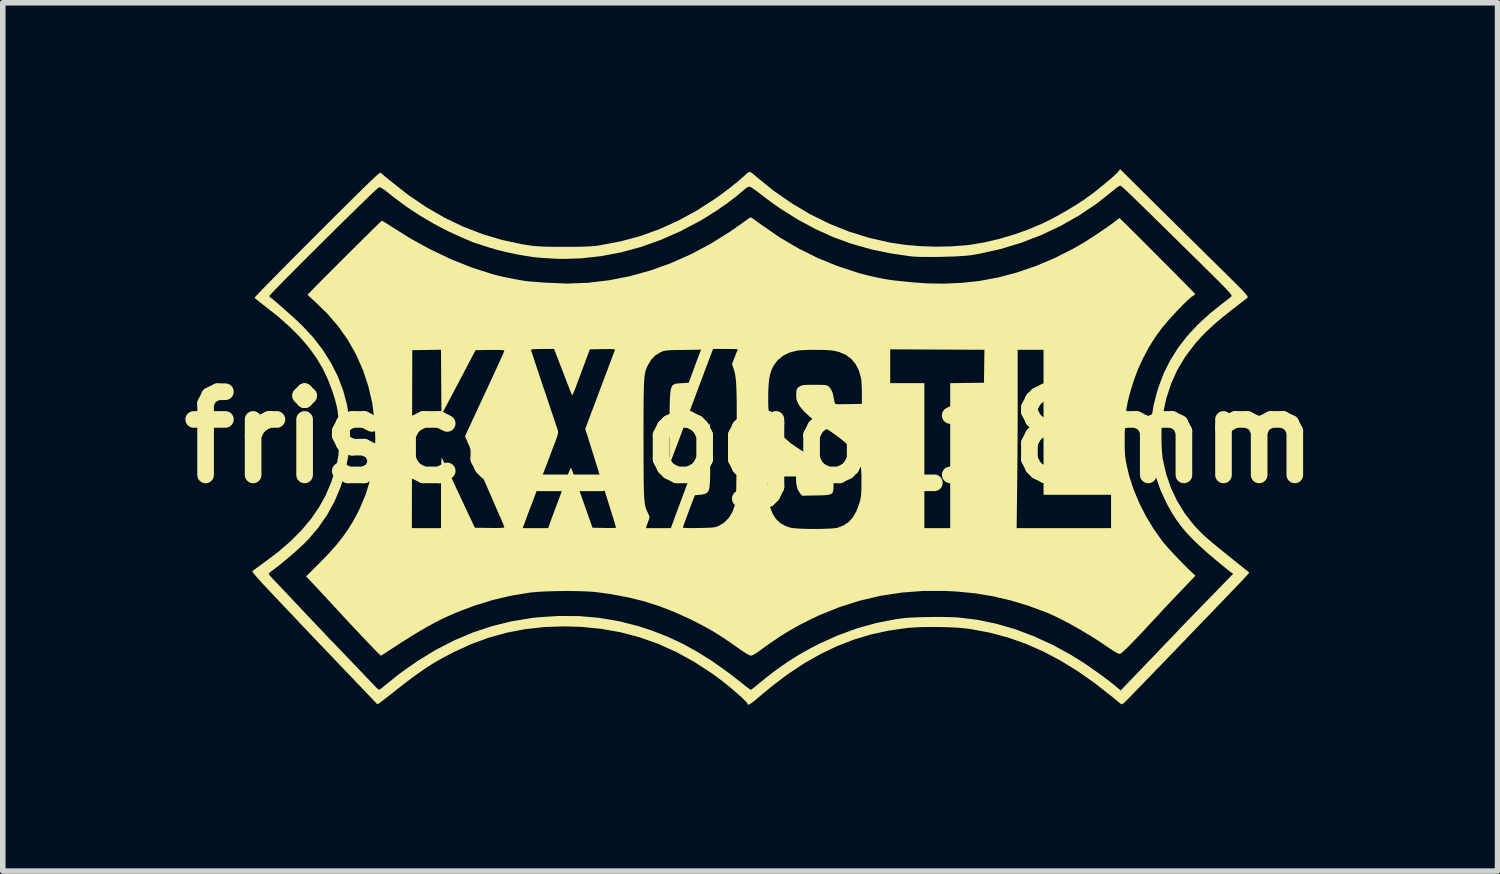
<source format=kicad_pcb>
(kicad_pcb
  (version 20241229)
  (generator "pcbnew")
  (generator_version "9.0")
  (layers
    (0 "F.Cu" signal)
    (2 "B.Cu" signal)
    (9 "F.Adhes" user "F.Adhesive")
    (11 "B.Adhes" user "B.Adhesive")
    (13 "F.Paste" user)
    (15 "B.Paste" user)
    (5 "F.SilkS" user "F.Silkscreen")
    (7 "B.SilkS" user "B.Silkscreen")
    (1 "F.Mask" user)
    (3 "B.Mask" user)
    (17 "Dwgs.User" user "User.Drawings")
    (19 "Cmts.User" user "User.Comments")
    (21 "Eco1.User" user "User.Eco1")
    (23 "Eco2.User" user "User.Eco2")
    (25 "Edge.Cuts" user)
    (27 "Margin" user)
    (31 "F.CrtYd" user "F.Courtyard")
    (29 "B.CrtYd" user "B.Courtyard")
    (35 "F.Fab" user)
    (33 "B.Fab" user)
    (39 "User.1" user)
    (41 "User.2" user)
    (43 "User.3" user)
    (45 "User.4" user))
  (footprint "frisco_logo_18mm"
    (layer "F.Cu")
    (at 10.479 4.836)
    (property "Reference" "frisco_logo_18mm" (at 0 0 0) (layer "F.SilkS") (effects (font (size 1.5 1.5) (thickness 0.3))))
    (attr board_only exclude_from_pos_files exclude_from_bom)
    (fp_poly (pts (xy 7.12 -4.39) (xy 7.214 -4.297) (xy 7.326 -4.186) (xy 7.453 -4.061) (xy 7.59 -3.925) (xy 7.734 -3.783) (xy 7.881 -3.637) (xy 8.029 -3.492) (xy 8.173 -3.35) (xy 8.282 -3.242) (xy 8.423 -3.103) (xy 8.544 -2.984) (xy 8.646 -2.883) (xy 8.731 -2.798) (xy 8.801 -2.728) (xy 8.857 -2.671) (xy 8.899 -2.626) (xy 8.931 -2.592) (xy 8.952 -2.566) (xy 8.965 -2.547) (xy 8.972 -2.534) (xy 8.972 -2.525) (xy 8.969 -2.519) (xy 8.963 -2.513) (xy 8.937 -2.493) (xy 8.895 -2.46) (xy 8.843 -2.42) (xy 8.814 -2.397) (xy 8.66 -2.278) (xy 8.528 -2.172) (xy 8.414 -2.077) (xy 8.315 -1.989) (xy 8.226 -1.905) (xy 8.144 -1.822) (xy 8.066 -1.736) (xy 8.008 -1.668) (xy 7.843 -1.449) (xy 7.704 -1.216) (xy 7.592 -0.968) (xy 7.505 -0.705) (xy 7.445 -0.427) (xy 7.432 -0.339) (xy 7.423 -0.255) (xy 7.418 -0.151) (xy 7.417 -0.034) (xy 7.418 0.085) (xy 7.422 0.2) (xy 7.429 0.302) (xy 7.438 0.382) (xy 7.439 0.386) (xy 7.499 0.655) (xy 7.586 0.909) (xy 7.699 1.148) (xy 7.837 1.372) (xy 7.967 1.541) (xy 8.012 1.594) (xy 8.056 1.643) (xy 8.101 1.69) (xy 8.149 1.738) (xy 8.205 1.789) (xy 8.269 1.846) (xy 8.346 1.911) (xy 8.438 1.987) (xy 8.548 2.076) (xy 8.678 2.181) (xy 8.69 2.19) (xy 9.001 2.44) (xy 8.962 2.486) (xy 8.942 2.508) (xy 8.904 2.549) (xy 8.851 2.605) (xy 8.786 2.674) (xy 8.711 2.752) (xy 8.63 2.837) (xy 8.59 2.878) (xy 8.496 2.976) (xy 8.386 3.09) (xy 8.267 3.214) (xy 8.144 3.341) (xy 8.023 3.467) (xy 7.909 3.585) (xy 7.86 3.637) (xy 7.761 3.74) (xy 7.66 3.845) (xy 7.561 3.947) (xy 7.468 4.044) (xy 7.385 4.13) (xy 7.315 4.202) (xy 7.273 4.246) (xy 7.192 4.329) (xy 7.101 4.423) (xy 7.008 4.519) (xy 6.923 4.607) (xy 6.896 4.635) (xy 6.829 4.704) (xy 6.78 4.754) (xy 6.745 4.787) (xy 6.72 4.806) (xy 6.703 4.814) (xy 6.691 4.813) (xy 6.68 4.805) (xy 6.656 4.785) (xy 6.615 4.752) (xy 6.565 4.711) (xy 6.538 4.688) (xy 6.221 4.439) (xy 5.907 4.218) (xy 5.594 4.026) (xy 5.282 3.861) (xy 4.968 3.723) (xy 4.65 3.611) (xy 4.328 3.525) (xy 3.999 3.463) (xy 3.885 3.447) (xy 3.772 3.436) (xy 3.637 3.428) (xy 3.487 3.423) (xy 3.331 3.421) (xy 3.176 3.421) (xy 3.03 3.425) (xy 2.9 3.433) (xy 2.826 3.439) (xy 2.496 3.487) (xy 2.178 3.556) (xy 1.869 3.649) (xy 1.567 3.766) (xy 1.27 3.908) (xy 0.976 4.075) (xy 0.682 4.27) (xy 0.387 4.493) (xy 0.177 4.668) (xy 0.098 4.735) (xy 0.038 4.782) (xy -0.004 4.811) (xy -0.03 4.823) (xy -0.043 4.82) (xy -0.045 4.811) (xy -0.057 4.789) (xy -0.089 4.753) (xy -0.139 4.704) (xy -0.204 4.645) (xy -0.28 4.579) (xy -0.364 4.508) (xy -0.453 4.436) (xy -0.543 4.366) (xy -0.633 4.299) (xy -0.693 4.256) (xy -1.009 4.05) (xy -1.331 3.873) (xy -1.658 3.726) (xy -1.994 3.607) (xy -2.338 3.516) (xy -2.692 3.454) (xy -3.057 3.418) (xy -3.351 3.41) (xy -3.711 3.422) (xy -4.056 3.46) (xy -4.389 3.524) (xy -4.715 3.614) (xy -5.036 3.732) (xy -5.337 3.87) (xy -5.483 3.945) (xy -5.618 4.019) (xy -5.747 4.096) (xy -5.875 4.18) (xy -6.008 4.272) (xy -6.151 4.377) (xy -6.308 4.498) (xy -6.389 4.562) (xy -6.466 4.623) (xy -6.537 4.679) (xy -6.599 4.727) (xy -6.647 4.763) (xy -6.676 4.785) (xy -6.68 4.788) (xy -6.723 4.816) (xy -6.88 4.651) (xy -6.935 4.594) (xy -7.005 4.52) (xy -7.087 4.435) (xy -7.174 4.343) (xy -7.263 4.251) (xy -7.325 4.186) (xy -7.425 4.081) (xy -7.543 3.958) (xy -7.675 3.819) (xy -7.819 3.668) (xy -7.972 3.508) (xy -8.13 3.341) (xy -8.291 3.171) (xy -8.451 3.002) (xy -8.608 2.836) (xy -8.721 2.716) (xy -8.793 2.639) (xy -8.856 2.569) (xy -8.91 2.509) (xy -8.946 2.466) (xy -8.684 2.466) (xy -8.672 2.482) (xy -8.645 2.513) (xy -8.608 2.553) (xy -8.604 2.558) (xy -8.576 2.587) (xy -8.531 2.634) (xy -8.471 2.698) (xy -8.398 2.775) (xy -8.316 2.862) (xy -8.227 2.956) (xy -8.134 3.055) (xy -8.116 3.074) (xy -8.017 3.179) (xy -7.915 3.286) (xy -7.816 3.391) (xy -7.722 3.489) (xy -7.638 3.578) (xy -7.568 3.652) (xy -7.516 3.706) (xy -7.449 3.775) (xy -7.368 3.86) (xy -7.278 3.954) (xy -7.185 4.051) (xy -7.095 4.145) (xy -7.056 4.185) (xy -6.981 4.264) (xy -6.911 4.338) (xy -6.849 4.403) (xy -6.798 4.456) (xy -6.762 4.494) (xy -6.745 4.511) (xy -6.713 4.542) (xy -6.69 4.551) (xy -6.665 4.538) (xy -6.642 4.52) (xy -6.321 4.261) (xy -5.997 4.033) (xy -5.669 3.833) (xy -5.337 3.662) (xy -5 3.52) (xy -4.656 3.406) (xy -4.305 3.319) (xy -3.945 3.26) (xy -3.833 3.247) (xy -3.454 3.222) (xy -3.085 3.225) (xy -2.724 3.256) (xy -2.37 3.316) (xy -2.019 3.405) (xy -1.781 3.482) (xy -1.496 3.593) (xy -1.218 3.723) (xy -0.943 3.875) (xy -0.667 4.049) (xy -0.387 4.249) (xy -0.185 4.406) (xy -0.121 4.457) (xy -0.066 4.5) (xy -0.022 4.532) (xy 0.004 4.55) (xy 0.011 4.553) (xy 0.029 4.544) (xy 0.058 4.522) (xy 0.062 4.52) (xy 0.276 4.343) (xy 0.48 4.187) (xy 0.68 4.047) (xy 0.882 3.92) (xy 1.093 3.802) (xy 1.232 3.73) (xy 1.576 3.574) (xy 1.924 3.447) (xy 2.275 3.349) (xy 2.63 3.28) (xy 2.788 3.259) (xy 2.866 3.253) (xy 2.967 3.248) (xy 3.085 3.244) (xy 3.213 3.241) (xy 3.345 3.24) (xy 3.474 3.24) (xy 3.594 3.243) (xy 3.697 3.246) (xy 3.757 3.25) (xy 4.096 3.291) (xy 4.437 3.362) (xy 4.778 3.461) (xy 5.117 3.589) (xy 5.454 3.743) (xy 5.786 3.925) (xy 6.012 4.066) (xy 6.101 4.126) (xy 6.199 4.195) (xy 6.301 4.267) (xy 6.399 4.34) (xy 6.489 4.408) (xy 6.565 4.468) (xy 6.621 4.514) (xy 6.681 4.567) (xy 6.776 4.466) (xy 6.827 4.413) (xy 6.89 4.348) (xy 6.956 4.279) (xy 7.003 4.231) (xy 7.047 4.185) (xy 7.107 4.122) (xy 7.181 4.045) (xy 7.264 3.959) (xy 7.352 3.867) (xy 7.441 3.773) (xy 7.47 3.742) (xy 7.561 3.648) (xy 7.653 3.552) (xy 7.741 3.459) (xy 7.823 3.374) (xy 7.894 3.301) (xy 7.949 3.244) (xy 7.961 3.231) (xy 8.026 3.165) (xy 8.093 3.096) (xy 8.155 3.032) (xy 8.205 2.981) (xy 8.21 2.976) (xy 8.252 2.933) (xy 8.309 2.874) (xy 8.376 2.805) (xy 8.448 2.731) (xy 8.507 2.67) (xy 8.71 2.462) (xy 8.673 2.437) (xy 8.65 2.42) (xy 8.608 2.387) (xy 8.552 2.341) (xy 8.486 2.287) (xy 8.414 2.228) (xy 8.412 2.226) (xy 8.244 2.084) (xy 8.099 1.953) (xy 7.973 1.831) (xy 7.863 1.715) (xy 7.768 1.6) (xy 7.682 1.483) (xy 7.605 1.362) (xy 7.531 1.231) (xy 7.503 1.176) (xy 7.4 0.954) (xy 7.323 0.734) (xy 7.269 0.511) (xy 7.235 0.276) (xy 7.222 0.045) (xy 7.224 -0.174) (xy 7.242 -0.38) (xy 7.276 -0.582) (xy 7.329 -0.791) (xy 7.366 -0.911) (xy 7.458 -1.155) (xy 7.575 -1.388) (xy 7.715 -1.611) (xy 7.881 -1.826) (xy 8.074 -2.034) (xy 8.295 -2.236) (xy 8.507 -2.405) (xy 8.565 -2.45) (xy 8.617 -2.491) (xy 8.657 -2.522) (xy 8.676 -2.539) (xy 8.681 -2.545) (xy 8.682 -2.553) (xy 8.678 -2.564) (xy 8.667 -2.58) (xy 8.649 -2.603) (xy 8.622 -2.634) (xy 8.584 -2.675) (xy 8.533 -2.727) (xy 8.47 -2.792) (xy 8.391 -2.87) (xy 8.295 -2.965) (xy 8.182 -3.077) (xy 8.05 -3.208) (xy 7.985 -3.271) (xy 7.791 -3.462) (xy 7.618 -3.633) (xy 7.464 -3.784) (xy 7.327 -3.918) (xy 7.208 -4.036) (xy 7.104 -4.137) (xy 7.015 -4.224) (xy 6.939 -4.298) (xy 6.876 -4.359) (xy 6.824 -4.409) (xy 6.782 -4.449) (xy 6.748 -4.48) (xy 6.723 -4.503) (xy 6.704 -4.519) (xy 6.69 -4.53) (xy 6.681 -4.536) (xy 6.675 -4.538) (xy 6.673 -4.538) (xy 6.652 -4.529) (xy 6.615 -4.504) (xy 6.57 -4.469) (xy 6.553 -4.455) (xy 6.253 -4.217) (xy 5.935 -4.003) (xy 5.6 -3.813) (xy 5.251 -3.648) (xy 4.889 -3.508) (xy 4.517 -3.395) (xy 4.135 -3.31) (xy 3.983 -3.284) (xy 3.914 -3.276) (xy 3.821 -3.269) (xy 3.709 -3.262) (xy 3.585 -3.258) (xy 3.455 -3.254) (xy 3.325 -3.252) (xy 3.2 -3.252) (xy 3.086 -3.253) (xy 2.99 -3.256) (xy 2.917 -3.261) (xy 2.908 -3.262) (xy 2.532 -3.316) (xy 2.176 -3.391) (xy 1.835 -3.487) (xy 1.506 -3.607) (xy 1.185 -3.751) (xy 0.869 -3.921) (xy 0.553 -4.118) (xy 0.541 -4.126) (xy 0.456 -4.185) (xy 0.363 -4.252) (xy 0.273 -4.319) (xy 0.196 -4.378) (xy 0.194 -4.38) (xy 0.132 -4.428) (xy 0.075 -4.469) (xy 0.03 -4.499) (xy 0.001 -4.515) (xy -0.003 -4.517) (xy -0.029 -4.517) (xy -0.058 -4.504) (xy -0.098 -4.473) (xy -0.114 -4.46) (xy -0.256 -4.341) (xy -0.419 -4.217) (xy -0.597 -4.094) (xy -0.783 -3.975) (xy -0.908 -3.901) (xy -1.255 -3.717) (xy -1.607 -3.562) (xy -1.964 -3.434) (xy -2.324 -3.336) (xy -2.686 -3.267) (xy -3.049 -3.227) (xy -3.346 -3.217) (xy -3.424 -3.218) (xy -3.517 -3.221) (xy -3.619 -3.227) (xy -3.72 -3.233) (xy -3.814 -3.24) (xy -3.893 -3.248) (xy -3.945 -3.255) (xy -3.993 -3.263) (xy -4.043 -3.27) (xy -4.213 -3.3) (xy -4.388 -3.337) (xy -4.558 -3.379) (xy -4.714 -3.424) (xy -4.794 -3.45) (xy -4.852 -3.469) (xy -4.902 -3.486) (xy -4.934 -3.496) (xy -4.937 -3.496) (xy -4.977 -3.509) (xy -4.997 -3.517) (xy -5.023 -3.528) (xy -5.07 -3.548) (xy -5.129 -3.572) (xy -5.176 -3.592) (xy -5.436 -3.71) (xy -5.699 -3.847) (xy -5.956 -3.998) (xy -6.2 -4.159) (xy -6.423 -4.324) (xy -6.471 -4.363) (xy -6.544 -4.421) (xy -6.598 -4.463) (xy -6.638 -4.489) (xy -6.668 -4.504) (xy -6.691 -4.509) (xy -6.694 -4.509) (xy -6.708 -4.498) (xy -6.742 -4.469) (xy -6.793 -4.421) (xy -6.86 -4.358) (xy -6.94 -4.28) (xy -7.033 -4.19) (xy -7.135 -4.09) (xy -7.246 -3.981) (xy -7.364 -3.866) (xy -7.486 -3.745) (xy -7.611 -3.621) (xy -7.738 -3.496) (xy -7.863 -3.371) (xy -7.986 -3.249) (xy -8.104 -3.131) (xy -8.216 -3.018) (xy -8.32 -2.914) (xy -8.414 -2.819) (xy -8.496 -2.735) (xy -8.565 -2.664) (xy -8.618 -2.609) (xy -8.654 -2.57) (xy -8.671 -2.55) (xy -8.672 -2.547) (xy -8.661 -2.528) (xy -8.646 -2.516) (xy -8.62 -2.497) (xy -8.576 -2.461) (xy -8.518 -2.411) (xy -8.451 -2.353) (xy -8.377 -2.288) (xy -8.302 -2.22) (xy -8.228 -2.154) (xy -8.161 -2.092) (xy -8.105 -2.039) (xy -8.081 -2.016) (xy -7.882 -1.803) (xy -7.708 -1.577) (xy -7.559 -1.34) (xy -7.435 -1.094) (xy -7.339 -0.841) (xy -7.27 -0.582) (xy -7.229 -0.32) (xy -7.217 -0.056) (xy -7.219 0.03) (xy -7.247 0.331) (xy -7.303 0.618) (xy -7.385 0.892) (xy -7.494 1.153) (xy -7.63 1.401) (xy -7.793 1.635) (xy -7.968 1.84) (xy -8.049 1.922) (xy -8.148 2.014) (xy -8.259 2.113) (xy -8.376 2.212) (xy -8.491 2.306) (xy -8.6 2.39) (xy -8.624 2.407) (xy -8.659 2.435) (xy -8.681 2.457) (xy -8.684 2.466) (xy -8.946 2.466) (xy -8.949 2.462) (xy -8.973 2.431) (xy -8.979 2.419) (xy -8.965 2.405) (xy -8.93 2.378) (xy -8.879 2.34) (xy -8.816 2.295) (xy -8.768 2.26) (xy -8.514 2.069) (xy -8.289 1.875) (xy -8.092 1.677) (xy -7.921 1.474) (xy -7.776 1.262) (xy -7.654 1.042) (xy -7.556 0.811) (xy -7.478 0.568) (xy -7.451 0.456) (xy -7.44 0.404) (xy -7.431 0.354) (xy -7.425 0.303) (xy -7.421 0.243) (xy -7.419 0.17) (xy -7.418 0.079) (xy -7.418 -0.038) (xy -7.419 -0.179) (xy -7.423 -0.296) (xy -7.431 -0.398) (xy -7.443 -0.49) (xy -7.461 -0.58) (xy -7.486 -0.675) (xy -7.519 -0.781) (xy -7.538 -0.839) (xy -7.618 -1.049) (xy -7.714 -1.249) (xy -7.829 -1.44) (xy -7.964 -1.626) (xy -8.122 -1.809) (xy -8.303 -1.991) (xy -8.51 -2.174) (xy -8.745 -2.36) (xy -8.809 -2.409) (xy -8.865 -2.454) (xy -8.908 -2.489) (xy -8.933 -2.511) (xy -8.938 -2.517) (xy -8.928 -2.53) (xy -8.898 -2.562) (xy -8.85 -2.613) (xy -8.785 -2.681) (xy -8.704 -2.764) (xy -8.608 -2.861) (xy -8.499 -2.972) (xy -8.379 -3.093) (xy -8.249 -3.225) (xy -8.109 -3.365) (xy -7.962 -3.513) (xy -7.815 -3.66) (xy -7.627 -3.848) (xy -7.458 -4.017) (xy -7.308 -4.165) (xy -7.177 -4.295) (xy -7.063 -4.407) (xy -6.966 -4.503) (xy -6.884 -4.582) (xy -6.817 -4.646) (xy -6.764 -4.696) (xy -6.723 -4.733) (xy -6.694 -4.757) (xy -6.676 -4.77) (xy -6.668 -4.772) (xy -6.649 -4.757) (xy -6.613 -4.727) (xy -6.563 -4.685) (xy -6.504 -4.637) (xy -6.486 -4.622) (xy -6.168 -4.372) (xy -5.844 -4.152) (xy -5.514 -3.961) (xy -5.176 -3.799) (xy -4.83 -3.665) (xy -4.475 -3.559) (xy -4.111 -3.481) (xy -3.99 -3.462) (xy -3.927 -3.453) (xy -3.86 -3.447) (xy -3.785 -3.442) (xy -3.698 -3.438) (xy -3.593 -3.436) (xy -3.466 -3.435) (xy -3.352 -3.435) (xy -3.205 -3.435) (xy -3.084 -3.436) (xy -2.984 -3.439) (xy -2.9 -3.443) (xy -2.827 -3.448) (xy -2.761 -3.455) (xy -2.713 -3.462) (xy -2.346 -3.531) (xy -1.988 -3.627) (xy -1.64 -3.752) (xy -1.299 -3.906) (xy -0.965 -4.088) (xy -0.637 -4.299) (xy -0.496 -4.4) (xy -0.351 -4.51) (xy -0.228 -4.609) (xy -0.125 -4.698) (xy -0.08 -4.739) (xy -0.05 -4.767) (xy -0.026 -4.783) (xy -0.003 -4.784) (xy 0.026 -4.769) (xy 0.066 -4.738) (xy 0.113 -4.697) (xy 0.426 -4.444) (xy 0.75 -4.219) (xy 1.084 -4.021) (xy 1.429 -3.851) (xy 1.784 -3.709) (xy 2.148 -3.596) (xy 2.521 -3.512) (xy 2.531 -3.51) (xy 2.791 -3.471) (xy 3.067 -3.447) (xy 3.349 -3.437) (xy 3.628 -3.443) (xy 3.895 -3.463) (xy 3.975 -3.473) (xy 4.225 -3.515) (xy 4.486 -3.576) (xy 4.751 -3.654) (xy 5.011 -3.746) (xy 5.257 -3.85) (xy 5.26 -3.851) (xy 5.406 -3.922) (xy 5.561 -4.005) (xy 5.719 -4.095) (xy 5.874 -4.189) (xy 6.017 -4.283) (xy 6.143 -4.372) (xy 6.192 -4.409) (xy 6.295 -4.491) (xy 6.39 -4.569) (xy 6.474 -4.639) (xy 6.545 -4.7) (xy 6.598 -4.749) (xy 6.632 -4.783) (xy 6.638 -4.791) (xy 6.671 -4.836)) (stroke (width 0) (type solid)) (fill yes) (layer "F.SilkS"))
    (fp_poly (pts (xy 0.024 -3.959) (xy 0.059 -3.936) (xy 0.108 -3.901) (xy 0.169 -3.857) (xy 0.208 -3.828) (xy 0.536 -3.603) (xy 0.87 -3.406) (xy 1.213 -3.235) (xy 1.568 -3.09) (xy 1.939 -2.968) (xy 1.969 -2.959) (xy 2.122 -2.919) (xy 2.279 -2.883) (xy 2.432 -2.853) (xy 2.573 -2.831) (xy 2.691 -2.818) (xy 2.737 -2.814) (xy 2.801 -2.808) (xy 2.873 -2.8) (xy 2.901 -2.797) (xy 3.192 -2.775) (xy 3.495 -2.771) (xy 3.8 -2.784) (xy 4.093 -2.814) (xy 4.133 -2.819) (xy 4.472 -2.882) (xy 4.814 -2.973) (xy 5.155 -3.09) (xy 5.491 -3.232) (xy 5.819 -3.398) (xy 6.012 -3.509) (xy 6.086 -3.555) (xy 6.172 -3.611) (xy 6.264 -3.671) (xy 6.355 -3.733) (xy 6.441 -3.792) (xy 6.516 -3.845) (xy 6.573 -3.888) (xy 6.592 -3.903) (xy 6.628 -3.931) (xy 6.653 -3.949) (xy 6.66 -3.953) (xy 6.672 -3.942) (xy 6.703 -3.913) (xy 6.75 -3.866) (xy 6.812 -3.805) (xy 6.887 -3.731) (xy 6.972 -3.647) (xy 7.065 -3.554) (xy 7.164 -3.455) (xy 7.266 -3.352) (xy 7.37 -3.248) (xy 7.474 -3.144) (xy 7.575 -3.043) (xy 7.671 -2.946) (xy 7.759 -2.856) (xy 7.839 -2.776) (xy 7.907 -2.707) (xy 7.961 -2.651) (xy 8 -2.611) (xy 8.02 -2.589) (xy 8.023 -2.586) (xy 8.015 -2.57) (xy 7.988 -2.551) (xy 7.985 -2.55) (xy 7.951 -2.526) (xy 7.901 -2.482) (xy 7.839 -2.423) (xy 7.768 -2.352) (xy 7.691 -2.272) (xy 7.613 -2.188) (xy 7.536 -2.102) (xy 7.465 -2.018) (xy 7.43 -1.976) (xy 7.308 -1.811) (xy 7.191 -1.625) (xy 7.085 -1.426) (xy 6.992 -1.224) (xy 6.924 -1.04) (xy 6.874 -0.884) (xy 6.835 -0.747) (xy 6.806 -0.623) (xy 6.784 -0.505) (xy 6.769 -0.383) (xy 6.76 -0.252) (xy 6.755 -0.104) (xy 6.754 -0.038) (xy 6.753 0.081) (xy 6.754 0.175) (xy 6.756 0.252) (xy 6.76 0.318) (xy 6.767 0.38) (xy 6.777 0.443) (xy 6.781 0.466) (xy 6.835 0.699) (xy 6.914 0.94) (xy 7.015 1.182) (xy 7.136 1.421) (xy 7.275 1.651) (xy 7.428 1.867) (xy 7.454 1.9) (xy 7.494 1.947) (xy 7.549 2.009) (xy 7.616 2.082) (xy 7.689 2.159) (xy 7.762 2.235) (xy 7.83 2.305) (xy 7.888 2.362) (xy 7.89 2.364) (xy 8.029 2.497) (xy 7.919 2.612) (xy 7.862 2.671) (xy 7.794 2.743) (xy 7.724 2.816) (xy 7.672 2.871) (xy 7.608 2.938) (xy 7.539 3.011) (xy 7.475 3.079) (xy 7.431 3.126) (xy 7.284 3.285) (xy 7.156 3.422) (xy 7.046 3.54) (xy 6.952 3.638) (xy 6.874 3.72) (xy 6.81 3.785) (xy 6.758 3.834) (xy 6.719 3.87) (xy 6.69 3.894) (xy 6.671 3.906) (xy 6.663 3.908) (xy 6.635 3.899) (xy 6.589 3.875) (xy 6.531 3.84) (xy 6.481 3.806) (xy 6.317 3.695) (xy 6.144 3.585) (xy 5.969 3.48) (xy 5.796 3.381) (xy 5.63 3.293) (xy 5.477 3.218) (xy 5.341 3.158) (xy 5.332 3.155) (xy 5.007 3.035) (xy 4.691 2.94) (xy 4.377 2.867) (xy 4.058 2.814) (xy 3.728 2.782) (xy 3.517 2.771) (xy 3.121 2.771) (xy 2.731 2.801) (xy 2.349 2.859) (xy 1.974 2.947) (xy 1.606 3.064) (xy 1.247 3.209) (xy 1.09 3.283) (xy 0.894 3.383) (xy 0.717 3.482) (xy 0.546 3.587) (xy 0.372 3.705) (xy 0.301 3.755) (xy 0.216 3.816) (xy 0.152 3.862) (xy 0.105 3.894) (xy 0.071 3.915) (xy 0.047 3.928) (xy 0.029 3.935) (xy 0.014 3.937) (xy 0.006 3.937) (xy -0.016 3.929) (xy -0.058 3.906) (xy -0.114 3.871) (xy -0.18 3.827) (xy -0.227 3.794) (xy -0.386 3.682) (xy -0.531 3.586) (xy -0.67 3.5) (xy -0.811 3.42) (xy -0.962 3.34) (xy -1.091 3.276) (xy -1.369 3.15) (xy -1.644 3.043) (xy -1.924 2.955) (xy -2.214 2.884) (xy -2.52 2.827) (xy -2.773 2.793) (xy -2.869 2.784) (xy -2.988 2.778) (xy -3.124 2.774) (xy -3.271 2.772) (xy -3.422 2.773) (xy -3.57 2.776) (xy -3.71 2.781) (xy -3.835 2.788) (xy -3.939 2.797) (xy -3.968 2.8) (xy -4.308 2.856) (xy -4.633 2.932) (xy -4.952 3.03) (xy -5.2 3.121) (xy -5.325 3.172) (xy -5.444 3.224) (xy -5.561 3.278) (xy -5.678 3.338) (xy -5.8 3.404) (xy -5.93 3.478) (xy -6.07 3.562) (xy -6.225 3.659) (xy -6.397 3.77) (xy -6.577 3.887) (xy -6.619 3.914) (xy -6.649 3.932) (xy -6.661 3.938) (xy -6.674 3.927) (xy -6.703 3.898) (xy -6.748 3.853) (xy -6.804 3.796) (xy -6.869 3.728) (xy -6.909 3.686) (xy -6.992 3.599) (xy -7.088 3.497) (xy -7.191 3.387) (xy -7.293 3.278) (xy -7.387 3.176) (xy -7.418 3.142) (xy -7.502 3.051) (xy -7.589 2.958) (xy -7.674 2.866) (xy -7.752 2.782) (xy -7.818 2.711) (xy -7.848 2.679) (xy -8.009 2.509) (xy -7.75 2.25) (xy -7.597 2.092) (xy -7.466 1.945) (xy -7.352 1.803) (xy -7.252 1.661) (xy -7.238 1.638) (xy -6.102 1.638) (xy -5.839 1.638) (xy -5.576 1.638) (xy -4.103 1.638) (xy -3.872 1.638) (xy -3.642 1.638) (xy -3.626 1.589) (xy -3.616 1.561) (xy -3.598 1.509) (xy -3.572 1.44) (xy -3.541 1.356) (xy -3.507 1.265) (xy -3.495 1.232) (xy -3.455 1.127) (xy -3.414 1.016) (xy -3.375 0.908) (xy -3.339 0.812) (xy -3.311 0.736) (xy -3.31 0.733) (xy -3.284 0.664) (xy -3.261 0.607) (xy -3.243 0.569) (xy -3.232 0.552) (xy -3.23 0.552) (xy -3.223 0.569) (xy -3.207 0.61) (xy -3.184 0.672) (xy -3.155 0.75) (xy -3.123 0.841) (xy -3.096 0.917) (xy -3.057 1.027) (xy -3.017 1.14) (xy -2.979 1.248) (xy -2.945 1.344) (xy -2.917 1.422) (xy -2.908 1.45) (xy -2.844 1.631) (xy -2.632 1.635) (xy -2.556 1.636) (xy -2.492 1.635) (xy -2.445 1.634) (xy -2.422 1.632) (xy -2.42 1.63) (xy -2.422 1.62) (xy -2.43 1.593) (xy -2.443 1.549) (xy -2.462 1.485) (xy -2.488 1.401) (xy -2.522 1.294) (xy -2.562 1.164) (xy -2.611 1.008) (xy -2.668 0.827) (xy -2.703 0.715) (xy -2.737 0.608) (xy -2.767 0.509) (xy -2.794 0.425) (xy -2.814 0.36) (xy -2.827 0.318) (xy -2.828 0.316) (xy -2.845 0.262) (xy -2.867 0.189) (xy -2.893 0.108) (xy -2.916 0.034) (xy -2.974 -0.148) (xy -1.924 -0.148) (xy -1.924 0.035) (xy -1.923 0.251) (xy -1.923 0.439) (xy -1.922 0.601) (xy -1.921 0.74) (xy -1.92 0.858) (xy -1.917 0.958) (xy -1.914 1.04) (xy -1.91 1.108) (xy -1.904 1.164) (xy -1.898 1.211) (xy -1.89 1.249) (xy -1.88 1.282) (xy -1.869 1.312) (xy -1.856 1.341) (xy -1.844 1.365) (xy -1.824 1.408) (xy -1.816 1.437) (xy -1.82 1.466) (xy -1.834 1.504) (xy -1.852 1.552) (xy -1.867 1.593) (xy -1.87 1.604) (xy -1.881 1.638) (xy -1.656 1.638) (xy -1.431 1.638) (xy -1.322 1.341) (xy -1.293 1.263) (xy -1.255 1.161) (xy -1.21 1.04) (xy -1.16 0.906) (xy -1.107 0.762) (xy -1.051 0.613) (xy -0.996 0.465) (xy -0.968 0.391) (xy -0.723 -0.263) (xy -0.722 0.32) (xy -0.722 0.474) (xy -0.722 0.602) (xy -0.723 0.705) (xy -0.725 0.787) (xy -0.729 0.85) (xy -0.734 0.898) (xy -0.74 0.934) (xy -0.749 0.96) (xy -0.761 0.979) (xy -0.775 0.995) (xy -0.79 1.008) (xy -0.819 1.021) (xy -0.866 1.032) (xy -0.907 1.037) (xy -0.997 1.045) (xy -1.024 1.112) (xy -1.039 1.151) (xy -1.062 1.211) (xy -1.089 1.284) (xy -1.119 1.364) (xy -1.128 1.388) (xy -1.155 1.463) (xy -1.18 1.529) (xy -1.199 1.581) (xy -1.211 1.612) (xy -1.213 1.618) (xy -1.213 1.626) (xy -1.203 1.631) (xy -1.179 1.635) (xy -1.139 1.637) (xy -1.078 1.637) (xy -0.993 1.637) (xy -0.93 1.636) (xy -0.828 1.634) (xy -0.75 1.631) (xy -0.692 1.628) (xy -0.65 1.623) (xy -0.616 1.616) (xy -0.588 1.607) (xy -0.564 1.596) (xy -0.467 1.537) (xy -0.387 1.455) (xy -0.323 1.35) (xy -0.275 1.221) (xy -0.27 1.201) (xy -0.266 1.177) (xy -0.262 1.146) (xy -0.258 1.106) (xy -0.256 1.055) (xy -0.253 0.99) (xy -0.251 0.91) (xy -0.25 0.812) (xy -0.248 0.706) (xy 0.312 0.706) (xy 0.319 0.936) (xy 0.324 1.043) (xy 0.331 1.127) (xy 0.341 1.193) (xy 0.354 1.247) (xy 0.357 1.258) (xy 0.406 1.379) (xy 0.466 1.474) (xy 0.542 1.547) (xy 0.637 1.6) (xy 0.724 1.63) (xy 0.772 1.638) (xy 0.844 1.644) (xy 0.933 1.649) (xy 1.035 1.652) (xy 1.143 1.653) (xy 1.252 1.653) (xy 1.355 1.65) (xy 1.447 1.646) (xy 1.521 1.64) (xy 1.572 1.633) (xy 1.576 1.631) (xy 1.684 1.59) (xy 1.776 1.528) (xy 1.852 1.443) (xy 1.915 1.333) (xy 1.966 1.196) (xy 1.972 1.177) (xy 1.985 1.128) (xy 1.994 1.081) (xy 2 1.029) (xy 2.004 0.966) (xy 2.006 0.885) (xy 2.006 0.804) (xy 2.006 0.708) (xy 2.004 0.637) (xy 2.001 0.584) (xy 1.996 0.543) (xy 1.988 0.508) (xy 1.976 0.474) (xy 1.97 0.458) (xy 1.932 0.373) (xy 1.889 0.295) (xy 1.837 0.222) (xy 1.773 0.151) (xy 1.695 0.078) (xy 1.6 0.002) (xy 1.484 -0.082) (xy 1.344 -0.175) (xy 1.31 -0.198) (xy 1.178 -0.289) (xy 1.064 -0.38) (xy 0.971 -0.468) (xy 0.901 -0.549) (xy 0.866 -0.606) (xy 0.842 -0.661) (xy 0.831 -0.709) (xy 0.829 -0.768) (xy 0.83 -0.783) (xy 0.833 -0.836) (xy 0.841 -0.869) (xy 0.856 -0.891) (xy 0.884 -0.912) (xy 0.885 -0.913) (xy 0.907 -0.926) (xy 0.93 -0.935) (xy 0.96 -0.941) (xy 1.003 -0.945) (xy 1.064 -0.946) (xy 1.148 -0.947) (xy 1.157 -0.947) (xy 1.245 -0.946) (xy 1.308 -0.945) (xy 1.352 -0.942) (xy 1.381 -0.936) (xy 1.402 -0.927) (xy 1.417 -0.917) (xy 1.458 -0.867) (xy 1.49 -0.79) (xy 1.51 -0.691) (xy 1.511 -0.688) (xy 1.521 -0.632) (xy 1.536 -0.603) (xy 1.544 -0.598) (xy 1.567 -0.597) (xy 1.613 -0.596) (xy 1.678 -0.597) (xy 1.755 -0.598) (xy 1.791 -0.598) (xy 2.014 -0.603) (xy 2.014 -0.795) (xy 2.013 -0.876) (xy 2.01 -0.954) (xy 2.005 -1.019) (xy 2 -1.062) (xy 1.961 -1.201) (xy 1.902 -1.319) (xy 1.822 -1.415) (xy 1.722 -1.488) (xy 1.602 -1.539) (xy 1.503 -1.562) (xy 1.439 -1.569) (xy 1.354 -1.574) (xy 1.254 -1.577) (xy 1.148 -1.577) (xy 1.044 -1.576) (xy 0.949 -1.572) (xy 0.873 -1.566) (xy 0.842 -1.562) (xy 0.709 -1.528) (xy 0.594 -1.471) (xy 0.498 -1.392) (xy 0.423 -1.293) (xy 0.416 -1.28) (xy 0.384 -1.212) (xy 0.36 -1.138) (xy 0.343 -1.052) (xy 0.332 -0.949) (xy 0.326 -0.824) (xy 0.325 -0.744) (xy 0.325 -0.646) (xy 0.326 -0.572) (xy 0.329 -0.515) (xy 0.335 -0.47) (xy 0.343 -0.428) (xy 0.356 -0.385) (xy 0.357 -0.381) (xy 0.411 -0.254) (xy 0.493 -0.128) (xy 0.599 -0.008) (xy 0.727 0.104) (xy 0.831 0.177) (xy 0.952 0.256) (xy 1.051 0.32) (xy 1.131 0.373) (xy 1.195 0.417) (xy 1.246 0.453) (xy 1.287 0.484) (xy 1.322 0.512) (xy 1.354 0.54) (xy 1.364 0.549) (xy 1.424 0.606) (xy 1.464 0.653) (xy 1.488 0.7) (xy 1.499 0.754) (xy 1.503 0.824) (xy 1.503 0.847) (xy 1.502 0.912) (xy 1.498 0.962) (xy 1.487 0.997) (xy 1.464 1.021) (xy 1.426 1.035) (xy 1.369 1.043) (xy 1.29 1.047) (xy 1.191 1.049) (xy 0.936 1.054) (xy 0.897 1.007) (xy 0.852 0.931) (xy 0.83 0.834) (xy 0.827 0.778) (xy 0.827 0.706) (xy 0.569 0.706) (xy 0.312 0.706) (xy -0.248 0.706) (xy -0.248 0.693) (xy -0.247 0.552) (xy -0.246 0.386) (xy -0.244 0.192) (xy -0.244 0.135) (xy -0.243 -0.087) (xy -0.242 -0.282) (xy -0.243 -0.452) (xy -0.243 -0.597) (xy -0.245 -0.722) (xy -0.247 -0.828) (xy -0.251 -0.918) (xy -0.255 -0.993) (xy -0.261 -1.055) (xy -0.268 -1.108) (xy -0.276 -1.154) (xy -0.286 -1.193) (xy -0.297 -1.23) (xy -0.299 -1.235) (xy -0.328 -1.321) (xy -0.277 -1.452) (xy -0.255 -1.509) (xy -0.237 -1.555) (xy -0.227 -1.583) (xy -0.226 -1.586) (xy 2.525 -1.586) (xy 2.525 -1.281) (xy 2.525 -0.977) (xy 2.833 -0.977) (xy 3.141 -0.977) (xy 3.141 0.331) (xy 3.141 1.638) (xy 3.374 1.638) (xy 3.607 1.638) (xy 4.805 1.638) (xy 5.656 1.638) (xy 6.508 1.638) (xy 6.508 1.338) (xy 6.508 1.037) (xy 5.899 1.037) (xy 5.29 1.037) (xy 5.29 -0.271) (xy 5.29 -1.578) (xy 5.057 -1.578) (xy 4.824 -1.578) (xy 4.824 -0.761) (xy 4.824 -0.571) (xy 4.824 -0.359) (xy 4.823 -0.135) (xy 4.821 0.095) (xy 4.82 0.323) (xy 4.818 0.541) (xy 4.816 0.741) (xy 4.815 0.847) (xy 4.805 1.638) (xy 3.607 1.638) (xy 3.607 0.331) (xy 3.607 -0.976) (xy 3.911 -0.98) (xy 4.216 -0.984) (xy 4.22 -1.281) (xy 4.224 -1.578) (xy 3.374 -1.582) (xy 2.525 -1.586) (xy -0.226 -1.586) (xy -0.225 -1.588) (xy -0.24 -1.59) (xy -0.279 -1.591) (xy -0.337 -1.592) (xy -0.41 -1.593) (xy -0.448 -1.593) (xy -0.67 -1.593) (xy -0.883 -1.026) (xy -0.975 -0.78) (xy -1.057 -0.561) (xy -1.129 -0.368) (xy -1.193 -0.199) (xy -1.248 -0.052) (xy -1.295 0.074) (xy -1.335 0.179) (xy -1.368 0.267) (xy -1.395 0.337) (xy -1.416 0.391) (xy -1.432 0.432) (xy -1.443 0.459) (xy -1.449 0.475) (xy -1.452 0.48) (xy -1.453 0.467) (xy -1.455 0.427) (xy -1.455 0.363) (xy -1.456 0.277) (xy -1.456 0.174) (xy -1.456 0.055) (xy -1.455 -0.076) (xy -1.455 -0.181) (xy -1.454 -0.354) (xy -1.453 -0.499) (xy -1.451 -0.62) (xy -1.447 -0.717) (xy -1.442 -0.794) (xy -1.433 -0.854) (xy -1.421 -0.898) (xy -1.405 -0.929) (xy -1.384 -0.949) (xy -1.357 -0.962) (xy -1.323 -0.969) (xy -1.283 -0.972) (xy -1.235 -0.976) (xy -1.227 -0.976) (xy -1.108 -0.984) (xy -1.02 -1.225) (xy -0.989 -1.309) (xy -0.96 -1.388) (xy -0.935 -1.454) (xy -0.916 -1.503) (xy -0.909 -1.523) (xy -0.886 -1.58) (xy -1.213 -1.575) (xy -1.321 -1.574) (xy -1.403 -1.572) (xy -1.464 -1.569) (xy -1.51 -1.566) (xy -1.544 -1.56) (xy -1.572 -1.553) (xy -1.598 -1.542) (xy -1.626 -1.529) (xy -1.714 -1.473) (xy -1.785 -1.4) (xy -1.841 -1.307) (xy -1.856 -1.276) (xy -1.87 -1.247) (xy -1.881 -1.216) (xy -1.891 -1.181) (xy -1.899 -1.141) (xy -1.905 -1.092) (xy -1.911 -1.034) (xy -1.915 -0.963) (xy -1.918 -0.877) (xy -1.92 -0.774) (xy -1.922 -0.652) (xy -1.923 -0.508) (xy -1.923 -0.341) (xy -1.924 -0.148) (xy -2.974 -0.148) (xy -2.975 -0.151) (xy -2.714 -0.846) (xy -2.662 -0.984) (xy -2.613 -1.114) (xy -2.568 -1.233) (xy -2.529 -1.338) (xy -2.495 -1.427) (xy -2.469 -1.496) (xy -2.451 -1.544) (xy -2.442 -1.566) (xy -2.442 -1.567) (xy -2.44 -1.577) (xy -2.445 -1.584) (xy -2.463 -1.589) (xy -2.496 -1.591) (xy -2.55 -1.591) (xy -2.628 -1.59) (xy -2.662 -1.59) (xy -2.892 -1.586) (xy -3.009 -1.27) (xy -3.059 -1.135) (xy -3.1 -1.025) (xy -3.133 -0.938) (xy -3.158 -0.872) (xy -3.177 -0.825) (xy -3.191 -0.792) (xy -3.201 -0.773) (xy -3.208 -0.764) (xy -3.212 -0.763) (xy -3.216 -0.767) (xy -3.217 -0.768) (xy -3.225 -0.787) (xy -3.242 -0.831) (xy -3.267 -0.894) (xy -3.299 -0.975) (xy -3.335 -1.069) (xy -3.375 -1.172) (xy -3.382 -1.191) (xy -3.537 -1.593) (xy -3.745 -1.593) (xy -3.839 -1.592) (xy -3.905 -1.589) (xy -3.943 -1.583) (xy -3.953 -1.577) (xy -3.948 -1.56) (xy -3.935 -1.518) (xy -3.913 -1.452) (xy -3.885 -1.367) (xy -3.851 -1.264) (xy -3.812 -1.147) (xy -3.769 -1.018) (xy -3.723 -0.881) (xy -3.718 -0.867) (xy -3.671 -0.728) (xy -3.627 -0.596) (xy -3.586 -0.474) (xy -3.55 -0.366) (xy -3.519 -0.274) (xy -3.495 -0.202) (xy -3.478 -0.152) (xy -3.471 -0.127) (xy -3.47 -0.126) (xy -3.466 -0.106) (xy -3.465 -0.085) (xy -3.469 -0.058) (xy -3.479 -0.02) (xy -3.497 0.033) (xy -3.524 0.105) (xy -3.553 0.18) (xy -3.598 0.299) (xy -3.647 0.429) (xy -3.699 0.565) (xy -3.752 0.704) (xy -3.804 0.843) (xy -3.855 0.978) (xy -3.903 1.105) (xy -3.947 1.222) (xy -3.986 1.323) (xy -4.017 1.407) (xy -4.04 1.468) (xy -4.051 1.499) (xy -4.103 1.638) (xy -5.576 1.638) (xy -5.576 0.996) (xy -5.576 0.855) (xy -5.575 0.727) (xy -5.573 0.614) (xy -5.572 0.519) (xy -5.57 0.445) (xy -5.567 0.395) (xy -5.564 0.371) (xy -5.563 0.369) (xy -5.553 0.386) (xy -5.533 0.426) (xy -5.503 0.487) (xy -5.466 0.564) (xy -5.424 0.654) (xy -5.377 0.753) (xy -5.371 0.766) (xy -5.317 0.882) (xy -5.26 1.003) (xy -5.204 1.124) (xy -5.151 1.236) (xy -5.105 1.334) (xy -5.079 1.39) (xy -4.965 1.631) (xy -4.699 1.635) (xy -4.589 1.636) (xy -4.508 1.634) (xy -4.456 1.631) (xy -4.435 1.625) (xy -4.434 1.623) (xy -4.44 1.604) (xy -4.455 1.564) (xy -4.479 1.507) (xy -4.508 1.439) (xy -4.515 1.424) (xy -4.538 1.371) (xy -4.572 1.294) (xy -4.614 1.197) (xy -4.663 1.085) (xy -4.717 0.961) (xy -4.775 0.828) (xy -4.834 0.692) (xy -4.87 0.611) (xy -5.143 -0.018) (xy -5.031 -0.261) (xy -4.998 -0.332) (xy -4.954 -0.426) (xy -4.903 -0.537) (xy -4.846 -0.66) (xy -4.785 -0.79) (xy -4.724 -0.921) (xy -4.676 -1.024) (xy -4.622 -1.141) (xy -4.572 -1.25) (xy -4.528 -1.347) (xy -4.49 -1.43) (xy -4.461 -1.495) (xy -4.442 -1.54) (xy -4.434 -1.561) (xy -4.434 -1.562) (xy -4.444 -1.568) (xy -4.477 -1.573) (xy -4.535 -1.575) (xy -4.62 -1.576) (xy -4.693 -1.575) (xy -4.952 -1.571) (xy -5.088 -1.314) (xy -5.136 -1.221) (xy -5.195 -1.11) (xy -5.258 -0.99) (xy -5.322 -0.869) (xy -5.382 -0.755) (xy -5.396 -0.73) (xy -5.568 -0.403) (xy -5.572 -0.991) (xy -5.576 -1.579) (xy -5.835 -1.575) (xy -6.094 -1.571) (xy -6.098 0.034) (xy -6.102 1.638) (xy -7.238 1.638) (xy -7.161 1.514) (xy -7.076 1.356) (xy -7.047 1.296) (xy -6.935 1.033) (xy -6.851 0.762) (xy -6.794 0.481) (xy -6.765 0.19) (xy -6.761 0.015) (xy -6.775 -0.306) (xy -6.816 -0.618) (xy -6.886 -0.919) (xy -6.982 -1.209) (xy -7.104 -1.486) (xy -7.252 -1.749) (xy -7.426 -1.997) (xy -7.625 -2.229) (xy -7.845 -2.442) (xy -7.897 -2.489) (xy -7.94 -2.529) (xy -7.97 -2.558) (xy -7.981 -2.571) (xy -7.981 -2.571) (xy -7.97 -2.583) (xy -7.941 -2.614) (xy -7.894 -2.662) (xy -7.833 -2.724) (xy -7.76 -2.799) (xy -7.675 -2.884) (xy -7.583 -2.976) (xy -7.485 -3.074) (xy -7.383 -3.176) (xy -7.28 -3.279) (xy -7.177 -3.382) (xy -7.077 -3.481) (xy -6.983 -3.575) (xy -6.895 -3.661) (xy -6.818 -3.738) (xy -6.751 -3.803) (xy -6.699 -3.853) (xy -6.663 -3.888) (xy -6.646 -3.904) (xy -6.644 -3.904) (xy -6.628 -3.898) (xy -6.592 -3.878) (xy -6.542 -3.847) (xy -6.484 -3.809) (xy -6.125 -3.584) (xy -5.76 -3.384) (xy -5.393 -3.21) (xy -5.025 -3.063) (xy -4.658 -2.945) (xy -4.577 -2.923) (xy -4.518 -2.909) (xy -4.443 -2.892) (xy -4.356 -2.874) (xy -4.266 -2.856) (xy -4.179 -2.84) (xy -4.101 -2.826) (xy -4.04 -2.817) (xy -4.005 -2.813) (xy -3.982 -2.811) (xy -3.933 -2.807) (xy -3.865 -2.802) (xy -3.782 -2.795) (xy -3.69 -2.788) (xy -3.682 -2.788) (xy -3.3 -2.772) (xy -2.92 -2.787) (xy -2.542 -2.832) (xy -2.167 -2.906) (xy -1.796 -3.009) (xy -1.429 -3.141) (xy -1.068 -3.301) (xy -0.712 -3.491) (xy -0.363 -3.709) (xy -0.166 -3.846) (xy -0.105 -3.891) (xy -0.052 -3.928) (xy -0.013 -3.954) (xy 0.008 -3.967) (xy 0.01 -3.968)) (stroke (width 0) (type solid)) (fill yes) (layer "F.SilkS")))
  (gr_rect
    (start -3 -3)
    (end 23.957 12.659)
    (stroke (width 0.1) (type default))
    (fill no)
    (layer "Edge.Cuts")))
</source>
